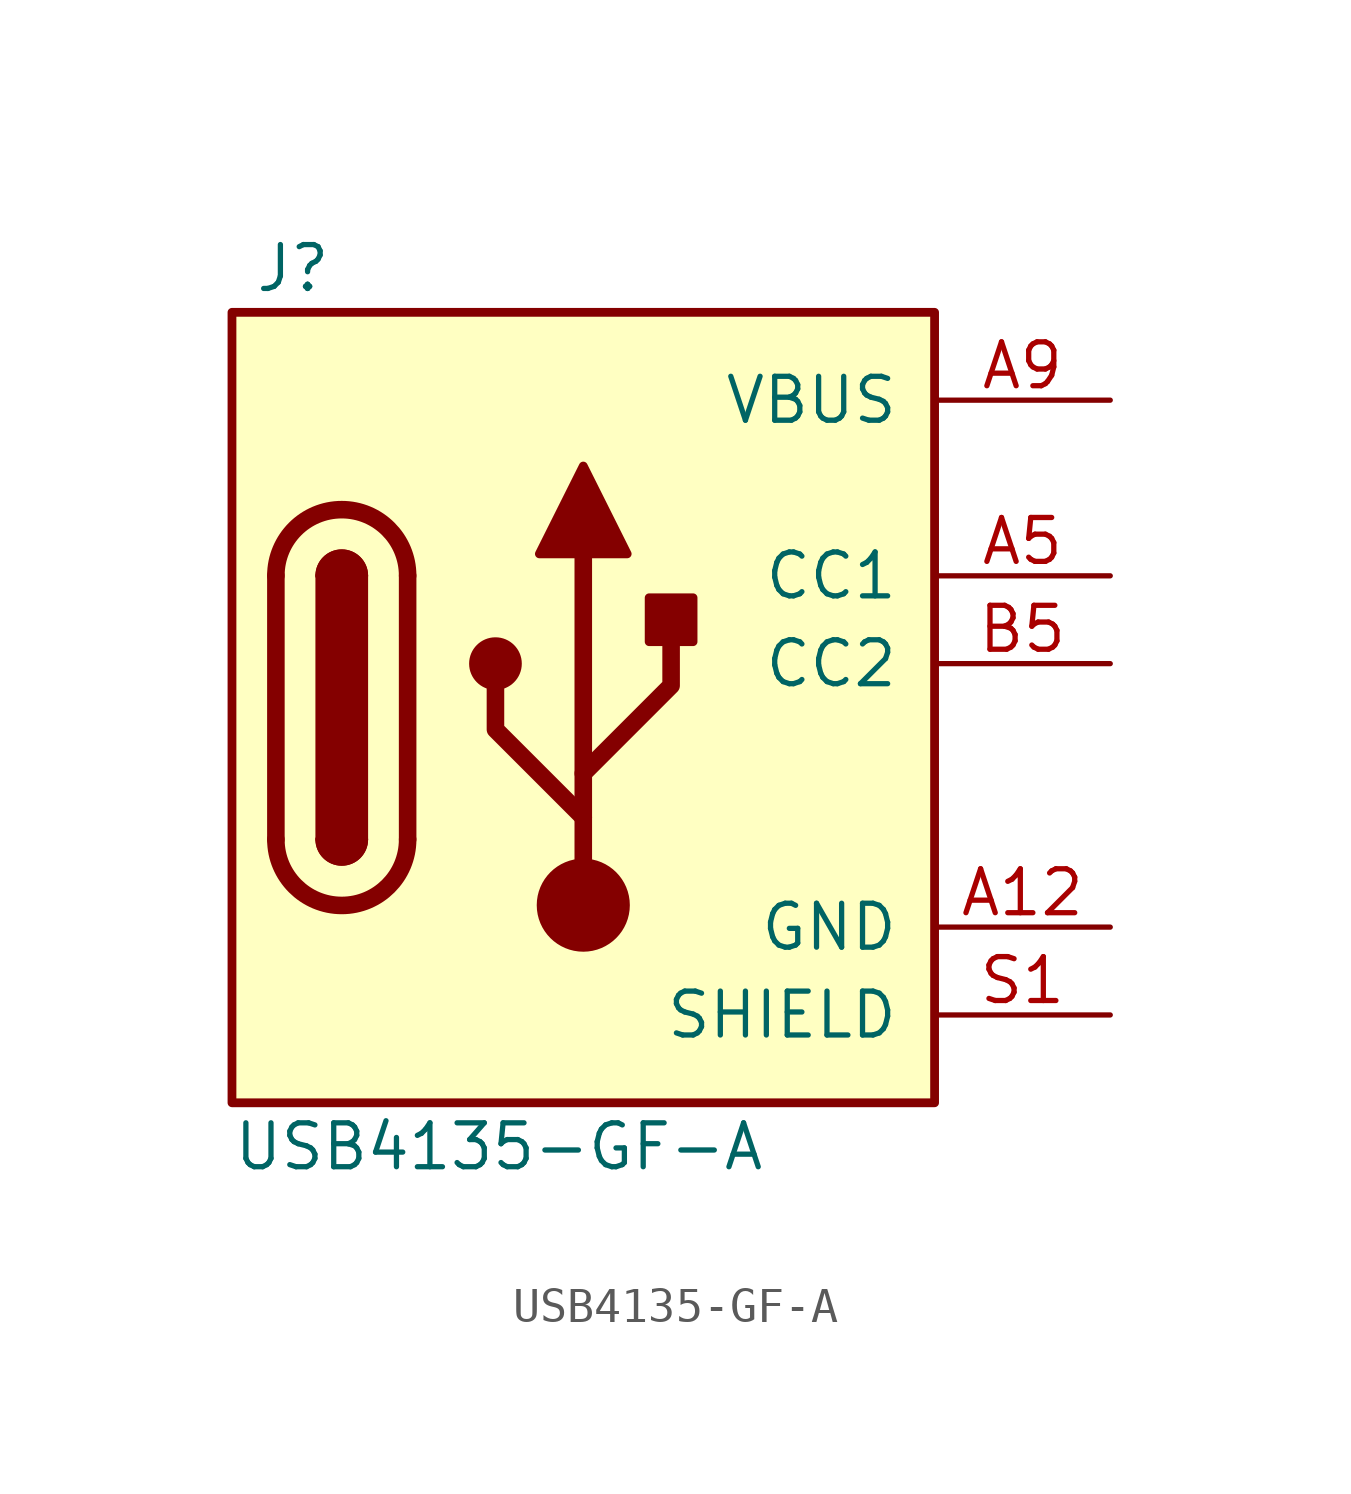
<source format=kicad_sym>
(kicad_symbol_lib
  (version 20220914)
  (generator kicad_symbol_editor)
  (symbol "USB4135-GF-A"
    (pin_names
      (offset 1.016))
    (property "Reference" "J"
      (at 0.635 1.27 0)
      (do_not_autoplace)
      (effects (font (size 1.27 1.27)) (justify left)))
    (property "Value" "USB4135-GF-A"
      (at 0 -24.13 0)
      (do_not_autoplace)
      (effects (font (size 1.27 1.27)) (justify left)))
    (symbol "USB4135-GF-A_0_1"
      (polyline (pts (xy 1.27 -15.24) (xy 1.27 -7.62)) (stroke (width 0.508) (type default)) (fill (type none)))
      (polyline (pts (xy 5.08 -7.62) (xy 5.08 -15.24)) (stroke (width 0.508) (type default)) (fill (type none)))
      (polyline (pts (xy 10.16 -17.145) (xy 10.16 -6.985)) (stroke (width 0.508) (type default)) (fill (type none)))
      (polyline (pts (xy 10.16 -14.605) (xy 7.62 -12.065) (xy 7.62 -10.795)) (stroke (width 0.508) (type default)) (fill (type none)))
      (polyline (pts (xy 10.16 -13.335) (xy 12.7 -10.795) (xy 12.7 -9.525)) (stroke (width 0.508) (type default)) (fill (type none)))
      (polyline (pts (xy 8.89 -6.985) (xy 10.16 -4.445) (xy 11.43 -6.985) (xy 8.89 -6.985)) (stroke (width 0.254) (type default)) (fill (type outline)))
      (rectangle (start 0 0) (end 20.32 -22.86) (stroke (width 0.254) (type default)) (fill (type background)))
      (arc (start 1.27 -15.2483) (mid 3.175 -17.145) (end 5.08 -15.2483) (stroke (width 0.508) (type default)) (fill (type none)))
      (arc (start 2.54 -15.2427) (mid 3.175 -15.875) (end 3.81 -15.2427) (stroke (width 0.254) (type default)) (fill (type none)))
      (arc (start 2.54 -15.2427) (mid 3.175 -15.875) (end 3.81 -15.2427) (stroke (width 0.254) (type default)) (fill (type outline)))
      (rectangle (start 2.54 -7.62) (end 3.81 -15.24) (stroke (width 0.254) (type default)) (fill (type outline)))
      (arc (start 3.81 -7.6173) (mid 3.175 -6.985) (end 2.54 -7.6173) (stroke (width 0.254) (type default)) (fill (type none)))
      (arc (start 3.81 -7.6173) (mid 3.175 -6.985) (end 2.54 -7.6173) (stroke (width 0.254) (type default)) (fill (type outline)))
      (arc (start 5.08 -7.6117) (mid 3.175 -5.715) (end 1.27 -7.6117) (stroke (width 0.508) (type default)) (fill (type none)))
      (circle (center 7.62 -10.16) (radius 0.635) (stroke (width 0.254) (type default)) (fill (type outline)))
      (circle (center 10.16 -17.145) (radius 1.27) (stroke (width 0) (type default)) (fill (type outline)))
      (rectangle (start 12.065 -8.255) (end 13.335 -9.525) (stroke (width 0.254) (type default)) (fill (type outline))))
    (symbol "USB4135-GF-A_1_1"
      (pin passive line (at 25.4 -17.78 180) (length 5.08) (name "GND" (effects (font (size 1.27 1.27)))) (number "A12" (effects (font (size 1.27 1.27)))))
      (pin bidirectional line (at 25.4 -7.62 180) (length 5.08) (name "CC1" (effects (font (size 1.27 1.27)))) (number "A5" (effects (font (size 1.27 1.27)))))
      (pin passive line (at 25.4 -2.54 180) (length 5.08) (name "VBUS" (effects (font (size 1.27 1.27)))) (number "A9" (effects (font (size 1.27 1.27)))))
      (pin passive line (at 25.4 -17.78 180) (length 5.08) hide (name "GND" (effects (font (size 1.27 1.27)))) (number "B12" (effects (font (size 1.27 1.27)))))
      (pin bidirectional line (at 25.4 -10.16 180) (length 5.08) (name "CC2" (effects (font (size 1.27 1.27)))) (number "B5" (effects (font (size 1.27 1.27)))))
      (pin passive line (at 25.4 -2.54 180) (length 5.08) hide (name "VBUS" (effects (font (size 1.27 1.27)))) (number "B9" (effects (font (size 1.27 1.27)))))
      (pin passive line (at 25.4 -20.32 180) (length 5.08) (name "SHIELD" (effects (font (size 1.27 1.27)))) (number "S1" (effects (font (size 1.27 1.27))))))))
</source>
